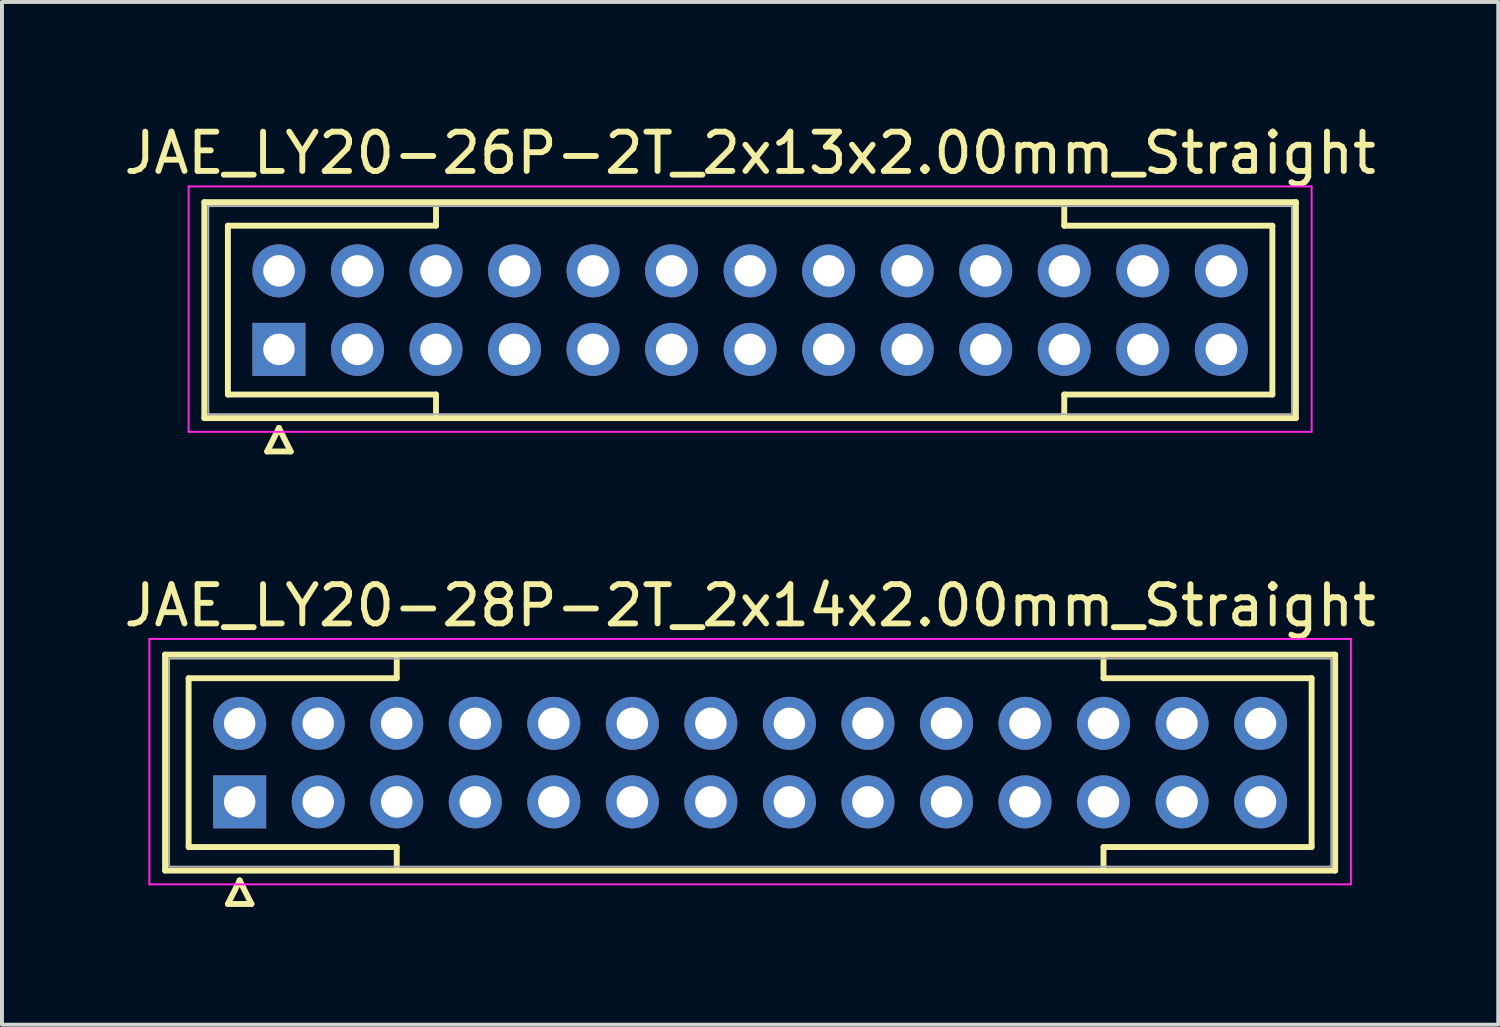
<source format=kicad_pcb>
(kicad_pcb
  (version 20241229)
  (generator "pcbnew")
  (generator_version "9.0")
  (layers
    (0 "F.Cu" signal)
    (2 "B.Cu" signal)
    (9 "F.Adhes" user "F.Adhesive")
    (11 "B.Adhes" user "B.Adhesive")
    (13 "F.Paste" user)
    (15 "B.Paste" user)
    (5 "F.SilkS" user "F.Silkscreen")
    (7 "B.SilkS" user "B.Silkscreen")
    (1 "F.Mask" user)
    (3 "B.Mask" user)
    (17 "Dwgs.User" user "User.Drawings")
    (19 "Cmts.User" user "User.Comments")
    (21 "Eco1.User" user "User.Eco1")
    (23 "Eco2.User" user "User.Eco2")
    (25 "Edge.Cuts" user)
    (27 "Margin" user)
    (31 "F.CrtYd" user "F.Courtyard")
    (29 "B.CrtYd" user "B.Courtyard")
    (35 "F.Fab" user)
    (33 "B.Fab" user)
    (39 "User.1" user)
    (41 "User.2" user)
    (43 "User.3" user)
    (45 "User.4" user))
  (footprint "JAE_LY20-26P-2T_2x13x2.00mm_Straight"
    (layer "F.Cu")
    (at 4.054 5.848)
    (property "Reference" "JAE_LY20-26P-2T_2x13x2.00mm_Straight" (at 12 -5 0) (layer "F.SilkS") (effects (font (size 1 1) (thickness 0.15))))
    (attr through_hole)
    (fp_line (start -1.9 -3.75) (end -1.9 1.75) (stroke (width 0.15) (type solid)) (layer "F.SilkS"))
    (fp_line (start -1.9 1.75) (end 25.9 1.75) (stroke (width 0.15) (type solid)) (layer "F.SilkS"))
    (fp_line (start -1.3 -3.15) (end 4 -3.15) (stroke (width 0.15) (type solid)) (layer "F.SilkS"))
    (fp_line (start -1.3 1.15) (end -1.3 -3.15) (stroke (width 0.15) (type solid)) (layer "F.SilkS"))
    (fp_line (start -0.3 2.6) (end 0.3 2.6) (stroke (width 0.15) (type solid)) (layer "F.SilkS"))
    (fp_line (start 0 2) (end -0.3 2.6) (stroke (width 0.15) (type solid)) (layer "F.SilkS"))
    (fp_line (start 0.3 2.6) (end 0 2) (stroke (width 0.15) (type solid)) (layer "F.SilkS"))
    (fp_line (start 4 -3.15) (end 4 -3.65) (stroke (width 0.15) (type solid)) (layer "F.SilkS"))
    (fp_line (start 4 1.15) (end -1.3 1.15) (stroke (width 0.15) (type solid)) (layer "F.SilkS"))
    (fp_line (start 4 1.65) (end 4 1.15) (stroke (width 0.15) (type solid)) (layer "F.SilkS"))
    (fp_line (start 20 -3.15) (end 20 -3.65) (stroke (width 0.15) (type solid)) (layer "F.SilkS"))
    (fp_line (start 20 1.15) (end 25.3 1.15) (stroke (width 0.15) (type solid)) (layer "F.SilkS"))
    (fp_line (start 20 1.65) (end 20 1.15) (stroke (width 0.15) (type solid)) (layer "F.SilkS"))
    (fp_line (start 25.3 -3.15) (end 20 -3.15) (stroke (width 0.15) (type solid)) (layer "F.SilkS"))
    (fp_line (start 25.3 1.15) (end 25.3 -3.15) (stroke (width 0.15) (type solid)) (layer "F.SilkS"))
    (fp_line (start 25.9 -3.75) (end -1.9 -3.75) (stroke (width 0.15) (type solid)) (layer "F.SilkS"))
    (fp_line (start 25.9 1.75) (end 25.9 -3.75) (stroke (width 0.15) (type solid)) (layer "F.SilkS"))
    (fp_line (start -2.3 -4.15) (end -2.3 2.1) (stroke (width 0.05) (type solid)) (layer "F.CrtYd"))
    (fp_line (start -2.3 2.1) (end 26.3 2.1) (stroke (width 0.05) (type solid)) (layer "F.CrtYd"))
    (fp_line (start 26.3 -4.15) (end -2.3 -4.15) (stroke (width 0.05) (type solid)) (layer "F.CrtYd"))
    (fp_line (start 26.3 2.1) (end 26.3 -4.15) (stroke (width 0.05) (type solid)) (layer "F.CrtYd"))
    (fp_line (start -1.8 -3.65) (end -1.8 1.65) (stroke (width 0.05) (type solid)) (layer "F.Fab"))
    (fp_line (start -1.8 1.65) (end 25.8 1.65) (stroke (width 0.05) (type solid)) (layer "F.Fab"))
    (fp_line (start 25.8 -3.65) (end -1.8 -3.65) (stroke (width 0.05) (type solid)) (layer "F.Fab"))
    (fp_line (start 25.8 1.65) (end 25.8 -3.65) (stroke (width 0.05) (type solid)) (layer "F.Fab"))
    (pad "1" thru_hole rect (at 0 0) (size 1.35 1.35) (drill 0.8) (layers "*.Cu" "*.Mask"))
    (pad "2" thru_hole circle (at 2 0) (size 1.35 1.35) (drill 0.8) (layers "*.Cu" "*.Mask"))
    (pad "3" thru_hole circle (at 4 0) (size 1.35 1.35) (drill 0.8) (layers "*.Cu" "*.Mask"))
    (pad "4" thru_hole circle (at 6 0) (size 1.35 1.35) (drill 0.8) (layers "*.Cu" "*.Mask"))
    (pad "5" thru_hole circle (at 8 0) (size 1.35 1.35) (drill 0.8) (layers "*.Cu" "*.Mask"))
    (pad "6" thru_hole circle (at 10 0) (size 1.35 1.35) (drill 0.8) (layers "*.Cu" "*.Mask"))
    (pad "7" thru_hole circle (at 12 0) (size 1.35 1.35) (drill 0.8) (layers "*.Cu" "*.Mask"))
    (pad "8" thru_hole circle (at 14 0) (size 1.35 1.35) (drill 0.8) (layers "*.Cu" "*.Mask"))
    (pad "9" thru_hole circle (at 16 0) (size 1.35 1.35) (drill 0.8) (layers "*.Cu" "*.Mask"))
    (pad "10" thru_hole circle (at 18 0) (size 1.35 1.35) (drill 0.8) (layers "*.Cu" "*.Mask"))
    (pad "11" thru_hole circle (at 20 0) (size 1.35 1.35) (drill 0.8) (layers "*.Cu" "*.Mask"))
    (pad "12" thru_hole circle (at 22 0) (size 1.35 1.35) (drill 0.8) (layers "*.Cu" "*.Mask"))
    (pad "13" thru_hole circle (at 24 0) (size 1.35 1.35) (drill 0.8) (layers "*.Cu" "*.Mask"))
    (pad "14" thru_hole circle (at 0 -2) (size 1.35 1.35) (drill 0.8) (layers "*.Cu" "*.Mask"))
    (pad "15" thru_hole circle (at 2 -2) (size 1.35 1.35) (drill 0.8) (layers "*.Cu" "*.Mask"))
    (pad "16" thru_hole circle (at 4 -2) (size 1.35 1.35) (drill 0.8) (layers "*.Cu" "*.Mask"))
    (pad "17" thru_hole circle (at 6 -2) (size 1.35 1.35) (drill 0.8) (layers "*.Cu" "*.Mask"))
    (pad "18" thru_hole circle (at 8 -2) (size 1.35 1.35) (drill 0.8) (layers "*.Cu" "*.Mask"))
    (pad "19" thru_hole circle (at 10 -2) (size 1.35 1.35) (drill 0.8) (layers "*.Cu" "*.Mask"))
    (pad "20" thru_hole circle (at 12 -2) (size 1.35 1.35) (drill 0.8) (layers "*.Cu" "*.Mask"))
    (pad "21" thru_hole circle (at 14 -2) (size 1.35 1.35) (drill 0.8) (layers "*.Cu" "*.Mask"))
    (pad "22" thru_hole circle (at 16 -2) (size 1.35 1.35) (drill 0.8) (layers "*.Cu" "*.Mask"))
    (pad "23" thru_hole circle (at 18 -2) (size 1.35 1.35) (drill 0.8) (layers "*.Cu" "*.Mask"))
    (pad "24" thru_hole circle (at 20 -2) (size 1.35 1.35) (drill 0.8) (layers "*.Cu" "*.Mask"))
    (pad "25" thru_hole circle (at 22 -2) (size 1.35 1.35) (drill 0.8) (layers "*.Cu" "*.Mask"))
    (pad "26" thru_hole circle (at 24 -2) (size 1.35 1.35) (drill 0.8) (layers "*.Cu" "*.Mask")))
  (footprint "JAE_LY20-28P-2T_2x14x2.00mm_Straight"
    (layer "F.Cu")
    (at 3.054 17.372)
    (property "Reference" "JAE_LY20-28P-2T_2x14x2.00mm_Straight" (at 13 -5 0) (layer "F.SilkS") (effects (font (size 1 1) (thickness 0.15))))
    (attr through_hole)
    (fp_line (start -1.9 -3.75) (end -1.9 1.75) (stroke (width 0.15) (type solid)) (layer "F.SilkS"))
    (fp_line (start -1.9 1.75) (end 27.9 1.75) (stroke (width 0.15) (type solid)) (layer "F.SilkS"))
    (fp_line (start -1.3 -3.15) (end 4 -3.15) (stroke (width 0.15) (type solid)) (layer "F.SilkS"))
    (fp_line (start -1.3 1.15) (end -1.3 -3.15) (stroke (width 0.15) (type solid)) (layer "F.SilkS"))
    (fp_line (start -0.3 2.6) (end 0.3 2.6) (stroke (width 0.15) (type solid)) (layer "F.SilkS"))
    (fp_line (start 0 2) (end -0.3 2.6) (stroke (width 0.15) (type solid)) (layer "F.SilkS"))
    (fp_line (start 0.3 2.6) (end 0 2) (stroke (width 0.15) (type solid)) (layer "F.SilkS"))
    (fp_line (start 4 -3.15) (end 4 -3.65) (stroke (width 0.15) (type solid)) (layer "F.SilkS"))
    (fp_line (start 4 1.15) (end -1.3 1.15) (stroke (width 0.15) (type solid)) (layer "F.SilkS"))
    (fp_line (start 4 1.65) (end 4 1.15) (stroke (width 0.15) (type solid)) (layer "F.SilkS"))
    (fp_line (start 22 -3.15) (end 22 -3.65) (stroke (width 0.15) (type solid)) (layer "F.SilkS"))
    (fp_line (start 22 1.15) (end 27.3 1.15) (stroke (width 0.15) (type solid)) (layer "F.SilkS"))
    (fp_line (start 22 1.65) (end 22 1.15) (stroke (width 0.15) (type solid)) (layer "F.SilkS"))
    (fp_line (start 27.3 -3.15) (end 22 -3.15) (stroke (width 0.15) (type solid)) (layer "F.SilkS"))
    (fp_line (start 27.3 1.15) (end 27.3 -3.15) (stroke (width 0.15) (type solid)) (layer "F.SilkS"))
    (fp_line (start 27.9 -3.75) (end -1.9 -3.75) (stroke (width 0.15) (type solid)) (layer "F.SilkS"))
    (fp_line (start 27.9 1.75) (end 27.9 -3.75) (stroke (width 0.15) (type solid)) (layer "F.SilkS"))
    (fp_line (start -2.3 -4.15) (end -2.3 2.1) (stroke (width 0.05) (type solid)) (layer "F.CrtYd"))
    (fp_line (start -2.3 2.1) (end 28.3 2.1) (stroke (width 0.05) (type solid)) (layer "F.CrtYd"))
    (fp_line (start 28.3 -4.15) (end -2.3 -4.15) (stroke (width 0.05) (type solid)) (layer "F.CrtYd"))
    (fp_line (start 28.3 2.1) (end 28.3 -4.15) (stroke (width 0.05) (type solid)) (layer "F.CrtYd"))
    (fp_line (start -1.8 -3.65) (end -1.8 1.65) (stroke (width 0.05) (type solid)) (layer "F.Fab"))
    (fp_line (start -1.8 1.65) (end 27.8 1.65) (stroke (width 0.05) (type solid)) (layer "F.Fab"))
    (fp_line (start 27.8 -3.65) (end -1.8 -3.65) (stroke (width 0.05) (type solid)) (layer "F.Fab"))
    (fp_line (start 27.8 1.65) (end 27.8 -3.65) (stroke (width 0.05) (type solid)) (layer "F.Fab"))
    (pad "1" thru_hole rect (at 0 0) (size 1.35 1.35) (drill 0.8) (layers "*.Cu" "*.Mask"))
    (pad "2" thru_hole circle (at 2 0) (size 1.35 1.35) (drill 0.8) (layers "*.Cu" "*.Mask"))
    (pad "3" thru_hole circle (at 4 0) (size 1.35 1.35) (drill 0.8) (layers "*.Cu" "*.Mask"))
    (pad "4" thru_hole circle (at 6 0) (size 1.35 1.35) (drill 0.8) (layers "*.Cu" "*.Mask"))
    (pad "5" thru_hole circle (at 8 0) (size 1.35 1.35) (drill 0.8) (layers "*.Cu" "*.Mask"))
    (pad "6" thru_hole circle (at 10 0) (size 1.35 1.35) (drill 0.8) (layers "*.Cu" "*.Mask"))
    (pad "7" thru_hole circle (at 12 0) (size 1.35 1.35) (drill 0.8) (layers "*.Cu" "*.Mask"))
    (pad "8" thru_hole circle (at 14 0) (size 1.35 1.35) (drill 0.8) (layers "*.Cu" "*.Mask"))
    (pad "9" thru_hole circle (at 16 0) (size 1.35 1.35) (drill 0.8) (layers "*.Cu" "*.Mask"))
    (pad "10" thru_hole circle (at 18 0) (size 1.35 1.35) (drill 0.8) (layers "*.Cu" "*.Mask"))
    (pad "11" thru_hole circle (at 20 0) (size 1.35 1.35) (drill 0.8) (layers "*.Cu" "*.Mask"))
    (pad "12" thru_hole circle (at 22 0) (size 1.35 1.35) (drill 0.8) (layers "*.Cu" "*.Mask"))
    (pad "13" thru_hole circle (at 24 0) (size 1.35 1.35) (drill 0.8) (layers "*.Cu" "*.Mask"))
    (pad "14" thru_hole circle (at 26 0) (size 1.35 1.35) (drill 0.8) (layers "*.Cu" "*.Mask"))
    (pad "15" thru_hole circle (at 0 -2) (size 1.35 1.35) (drill 0.8) (layers "*.Cu" "*.Mask"))
    (pad "16" thru_hole circle (at 2 -2) (size 1.35 1.35) (drill 0.8) (layers "*.Cu" "*.Mask"))
    (pad "17" thru_hole circle (at 4 -2) (size 1.35 1.35) (drill 0.8) (layers "*.Cu" "*.Mask"))
    (pad "18" thru_hole circle (at 6 -2) (size 1.35 1.35) (drill 0.8) (layers "*.Cu" "*.Mask"))
    (pad "19" thru_hole circle (at 8 -2) (size 1.35 1.35) (drill 0.8) (layers "*.Cu" "*.Mask"))
    (pad "20" thru_hole circle (at 10 -2) (size 1.35 1.35) (drill 0.8) (layers "*.Cu" "*.Mask"))
    (pad "21" thru_hole circle (at 12 -2) (size 1.35 1.35) (drill 0.8) (layers "*.Cu" "*.Mask"))
    (pad "22" thru_hole circle (at 14 -2) (size 1.35 1.35) (drill 0.8) (layers "*.Cu" "*.Mask"))
    (pad "23" thru_hole circle (at 16 -2) (size 1.35 1.35) (drill 0.8) (layers "*.Cu" "*.Mask"))
    (pad "24" thru_hole circle (at 18 -2) (size 1.35 1.35) (drill 0.8) (layers "*.Cu" "*.Mask"))
    (pad "25" thru_hole circle (at 20 -2) (size 1.35 1.35) (drill 0.8) (layers "*.Cu" "*.Mask"))
    (pad "26" thru_hole circle (at 22 -2) (size 1.35 1.35) (drill 0.8) (layers "*.Cu" "*.Mask"))
    (pad "27" thru_hole circle (at 24 -2) (size 1.35 1.35) (drill 0.8) (layers "*.Cu" "*.Mask"))
    (pad "28" thru_hole circle (at 26 -2) (size 1.35 1.35) (drill 0.8) (layers "*.Cu" "*.Mask")))
  (gr_rect
    (start -3 -3)
    (end 35.107 23.047)
    (stroke (width 0.1) (type default))
    (fill no)
    (layer "Edge.Cuts")))
</source>
